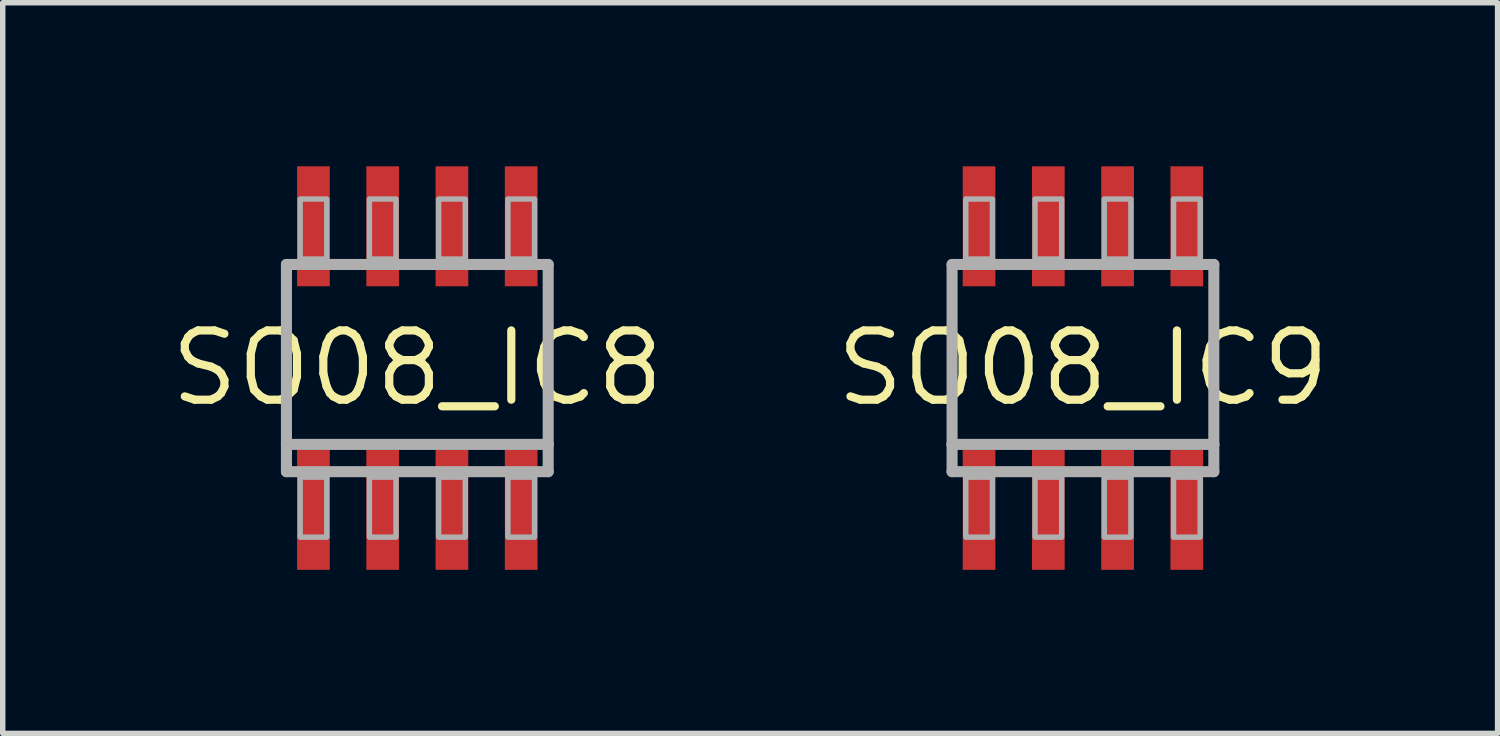
<source format=kicad_pcb>
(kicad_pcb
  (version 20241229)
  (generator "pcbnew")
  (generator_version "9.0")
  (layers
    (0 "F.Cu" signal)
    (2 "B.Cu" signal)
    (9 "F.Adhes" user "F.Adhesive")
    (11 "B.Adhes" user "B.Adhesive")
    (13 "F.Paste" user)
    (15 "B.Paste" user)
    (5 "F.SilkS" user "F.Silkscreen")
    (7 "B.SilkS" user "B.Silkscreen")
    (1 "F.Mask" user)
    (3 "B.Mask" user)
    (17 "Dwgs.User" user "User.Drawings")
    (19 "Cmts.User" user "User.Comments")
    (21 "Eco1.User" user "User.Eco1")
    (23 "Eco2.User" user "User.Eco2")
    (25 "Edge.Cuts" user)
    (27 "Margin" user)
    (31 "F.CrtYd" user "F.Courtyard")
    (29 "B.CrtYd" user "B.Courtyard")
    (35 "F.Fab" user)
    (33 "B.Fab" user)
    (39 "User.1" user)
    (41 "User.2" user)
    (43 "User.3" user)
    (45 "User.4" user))
  (footprint "SO08_IC8"
    (layer "F.Cu")
    (at 4.603 3.7)
    (property "Reference" "SO08_IC8" (at 0 0 0) (layer "F.SilkS") (effects (font (size 1.27 1.27) (thickness 0.15))))
    (fp_poly (pts (xy -2.205 -3.7) (xy -1.605 -3.7) (xy -1.605 -1.5) (xy -2.205 -1.5)) (stroke (width 0) (type default)) (fill yes) (layer "F.Mask"))
    (fp_poly (pts (xy -2.205 1.5) (xy -1.605 1.5) (xy -1.605 3.7) (xy -2.205 3.7)) (stroke (width 0) (type default)) (fill yes) (layer "F.Mask"))
    (fp_poly (pts (xy -0.935 -3.7) (xy -0.335 -3.7) (xy -0.335 -1.5) (xy -0.935 -1.5)) (stroke (width 0) (type default)) (fill yes) (layer "F.Mask"))
    (fp_poly (pts (xy -0.935 1.5) (xy -0.335 1.5) (xy -0.335 3.7) (xy -0.935 3.7)) (stroke (width 0) (type default)) (fill yes) (layer "F.Mask"))
    (fp_poly (pts (xy 0.335 -3.7) (xy 0.935 -3.7) (xy 0.935 -1.5) (xy 0.335 -1.5)) (stroke (width 0) (type default)) (fill yes) (layer "F.Mask"))
    (fp_poly (pts (xy 0.335 1.5) (xy 0.935 1.5) (xy 0.935 3.7) (xy 0.335 3.7)) (stroke (width 0) (type default)) (fill yes) (layer "F.Mask"))
    (fp_poly (pts (xy 1.605 -3.7) (xy 2.205 -3.7) (xy 2.205 -1.5) (xy 1.605 -1.5)) (stroke (width 0) (type default)) (fill yes) (layer "F.Mask"))
    (fp_poly (pts (xy 1.605 1.5) (xy 2.205 1.5) (xy 2.205 3.7) (xy 1.605 3.7)) (stroke (width 0) (type default)) (fill yes) (layer "F.Mask"))
    (fp_poly (pts (xy -2.205 -3.7) (xy -1.605 -3.7) (xy -1.605 -1.5) (xy -2.205 -1.5)) (stroke (width 0) (type default)) (fill yes) (layer "F.Paste"))
    (fp_poly (pts (xy -2.205 1.5) (xy -1.605 1.5) (xy -1.605 3.7) (xy -2.205 3.7)) (stroke (width 0) (type default)) (fill yes) (layer "F.Paste"))
    (fp_poly (pts (xy -0.935 -3.7) (xy -0.335 -3.7) (xy -0.335 -1.5) (xy -0.935 -1.5)) (stroke (width 0) (type default)) (fill yes) (layer "F.Paste"))
    (fp_poly (pts (xy -0.935 1.5) (xy -0.335 1.5) (xy -0.335 3.7) (xy -0.935 3.7)) (stroke (width 0) (type default)) (fill yes) (layer "F.Paste"))
    (fp_poly (pts (xy 0.335 -3.7) (xy 0.935 -3.7) (xy 0.935 -1.5) (xy 0.335 -1.5)) (stroke (width 0) (type default)) (fill yes) (layer "F.Paste"))
    (fp_poly (pts (xy 0.335 1.5) (xy 0.935 1.5) (xy 0.935 3.7) (xy 0.335 3.7)) (stroke (width 0) (type default)) (fill yes) (layer "F.Paste"))
    (fp_poly (pts (xy 1.605 -3.7) (xy 2.205 -3.7) (xy 2.205 -1.5) (xy 1.605 -1.5)) (stroke (width 0) (type default)) (fill yes) (layer "F.Paste"))
    (fp_poly (pts (xy 1.605 1.5) (xy 2.205 1.5) (xy 2.205 3.7) (xy 1.605 3.7)) (stroke (width 0) (type default)) (fill yes) (layer "F.Paste"))
    (fp_line (start -2.4 -1.9) (end 2.4 -1.9) (stroke (width 0.203) (type solid)) (layer "F.Fab"))
    (fp_line (start -2.4 1.4) (end -2.4 -1.9) (stroke (width 0.203) (type solid)) (layer "F.Fab"))
    (fp_line (start -2.4 1.9) (end -2.4 1.4) (stroke (width 0.203) (type solid)) (layer "F.Fab"))
    (fp_line (start 2.4 -1.9) (end 2.4 1.4) (stroke (width 0.203) (type solid)) (layer "F.Fab"))
    (fp_line (start 2.4 1.4) (end -2.4 1.4) (stroke (width 0.203) (type solid)) (layer "F.Fab"))
    (fp_line (start 2.4 1.4) (end 2.4 1.9) (stroke (width 0.203) (type solid)) (layer "F.Fab"))
    (fp_line (start 2.4 1.9) (end -2.4 1.9) (stroke (width 0.203) (type solid)) (layer "F.Fab"))
    (fp_poly (pts (xy -1.66 -3.1) (xy -2.149 -3.1) (xy -2.149 -1.999) (xy -1.66 -1.999)) (stroke (width 0.1) (type default)) (fill no) (layer "F.Fab"))
    (fp_poly (pts (xy -1.66 2) (xy -2.149 2) (xy -2.149 3.101) (xy -1.66 3.101)) (stroke (width 0.1) (type default)) (fill no) (layer "F.Fab"))
    (fp_poly (pts (xy -0.39 -3.1) (xy -0.879 -3.1) (xy -0.879 -1.999) (xy -0.39 -1.999)) (stroke (width 0.1) (type default)) (fill no) (layer "F.Fab"))
    (fp_poly (pts (xy -0.39 2) (xy -0.879 2) (xy -0.879 3.101) (xy -0.39 3.101)) (stroke (width 0.1) (type default)) (fill no) (layer "F.Fab"))
    (fp_poly (pts (xy 0.88 -3.1) (xy 0.391 -3.1) (xy 0.391 -1.999) (xy 0.88 -1.999)) (stroke (width 0.1) (type default)) (fill no) (layer "F.Fab"))
    (fp_poly (pts (xy 0.88 2) (xy 0.391 2) (xy 0.391 3.101) (xy 0.88 3.101)) (stroke (width 0.1) (type default)) (fill no) (layer "F.Fab"))
    (fp_poly (pts (xy 2.15 -3.1) (xy 1.661 -3.1) (xy 1.661 -1.999) (xy 2.15 -1.999)) (stroke (width 0.1) (type default)) (fill no) (layer "F.Fab"))
    (fp_poly (pts (xy 2.15 2) (xy 1.661 2) (xy 1.661 3.101) (xy 2.15 3.101)) (stroke (width 0.1) (type default)) (fill no) (layer "F.Fab"))
    (pad "1" smd rect (at -1.905 2.6) (size 0.6 2.2) (layers "F.Cu"))
    (pad "2" smd rect (at -0.635 2.6) (size 0.6 2.2) (layers "F.Cu"))
    (pad "3" smd rect (at 0.635 2.6) (size 0.6 2.2) (layers "F.Cu"))
    (pad "4" smd rect (at 1.905 2.6) (size 0.6 2.2) (layers "F.Cu"))
    (pad "5" smd rect (at 1.905 -2.6) (size 0.6 2.2) (layers "F.Cu"))
    (pad "6" smd rect (at 0.635 -2.6) (size 0.6 2.2) (layers "F.Cu"))
    (pad "7" smd rect (at -0.635 -2.6) (size 0.6 2.2) (layers "F.Cu"))
    (pad "8" smd rect (at -1.905 -2.6) (size 0.6 2.2) (layers "F.Cu")))
  (footprint "SO08_IC9"
    (layer "F.Cu")
    (at 16.81 3.7)
    (property "Reference" "SO08_IC9" (at 0 0 0) (layer "F.SilkS") (effects (font (size 1.27 1.27) (thickness 0.15))))
    (fp_poly (pts (xy -2.205 -3.7) (xy -1.605 -3.7) (xy -1.605 -1.5) (xy -2.205 -1.5)) (stroke (width 0) (type default)) (fill yes) (layer "F.Mask"))
    (fp_poly (pts (xy -2.205 1.5) (xy -1.605 1.5) (xy -1.605 3.7) (xy -2.205 3.7)) (stroke (width 0) (type default)) (fill yes) (layer "F.Mask"))
    (fp_poly (pts (xy -0.935 -3.7) (xy -0.335 -3.7) (xy -0.335 -1.5) (xy -0.935 -1.5)) (stroke (width 0) (type default)) (fill yes) (layer "F.Mask"))
    (fp_poly (pts (xy -0.935 1.5) (xy -0.335 1.5) (xy -0.335 3.7) (xy -0.935 3.7)) (stroke (width 0) (type default)) (fill yes) (layer "F.Mask"))
    (fp_poly (pts (xy 0.335 -3.7) (xy 0.935 -3.7) (xy 0.935 -1.5) (xy 0.335 -1.5)) (stroke (width 0) (type default)) (fill yes) (layer "F.Mask"))
    (fp_poly (pts (xy 0.335 1.5) (xy 0.935 1.5) (xy 0.935 3.7) (xy 0.335 3.7)) (stroke (width 0) (type default)) (fill yes) (layer "F.Mask"))
    (fp_poly (pts (xy 1.605 -3.7) (xy 2.205 -3.7) (xy 2.205 -1.5) (xy 1.605 -1.5)) (stroke (width 0) (type default)) (fill yes) (layer "F.Mask"))
    (fp_poly (pts (xy 1.605 1.5) (xy 2.205 1.5) (xy 2.205 3.7) (xy 1.605 3.7)) (stroke (width 0) (type default)) (fill yes) (layer "F.Mask"))
    (fp_poly (pts (xy -2.205 -3.7) (xy -1.605 -3.7) (xy -1.605 -1.5) (xy -2.205 -1.5)) (stroke (width 0) (type default)) (fill yes) (layer "F.Paste"))
    (fp_poly (pts (xy -2.205 1.5) (xy -1.605 1.5) (xy -1.605 3.7) (xy -2.205 3.7)) (stroke (width 0) (type default)) (fill yes) (layer "F.Paste"))
    (fp_poly (pts (xy -0.935 -3.7) (xy -0.335 -3.7) (xy -0.335 -1.5) (xy -0.935 -1.5)) (stroke (width 0) (type default)) (fill yes) (layer "F.Paste"))
    (fp_poly (pts (xy -0.935 1.5) (xy -0.335 1.5) (xy -0.335 3.7) (xy -0.935 3.7)) (stroke (width 0) (type default)) (fill yes) (layer "F.Paste"))
    (fp_poly (pts (xy 0.335 -3.7) (xy 0.935 -3.7) (xy 0.935 -1.5) (xy 0.335 -1.5)) (stroke (width 0) (type default)) (fill yes) (layer "F.Paste"))
    (fp_poly (pts (xy 0.335 1.5) (xy 0.935 1.5) (xy 0.935 3.7) (xy 0.335 3.7)) (stroke (width 0) (type default)) (fill yes) (layer "F.Paste"))
    (fp_poly (pts (xy 1.605 -3.7) (xy 2.205 -3.7) (xy 2.205 -1.5) (xy 1.605 -1.5)) (stroke (width 0) (type default)) (fill yes) (layer "F.Paste"))
    (fp_poly (pts (xy 1.605 1.5) (xy 2.205 1.5) (xy 2.205 3.7) (xy 1.605 3.7)) (stroke (width 0) (type default)) (fill yes) (layer "F.Paste"))
    (fp_line (start -2.4 -1.9) (end 2.4 -1.9) (stroke (width 0.203) (type solid)) (layer "F.Fab"))
    (fp_line (start -2.4 1.4) (end -2.4 -1.9) (stroke (width 0.203) (type solid)) (layer "F.Fab"))
    (fp_line (start -2.4 1.9) (end -2.4 1.4) (stroke (width 0.203) (type solid)) (layer "F.Fab"))
    (fp_line (start 2.4 -1.9) (end 2.4 1.4) (stroke (width 0.203) (type solid)) (layer "F.Fab"))
    (fp_line (start 2.4 1.4) (end -2.4 1.4) (stroke (width 0.203) (type solid)) (layer "F.Fab"))
    (fp_line (start 2.4 1.4) (end 2.4 1.9) (stroke (width 0.203) (type solid)) (layer "F.Fab"))
    (fp_line (start 2.4 1.9) (end -2.4 1.9) (stroke (width 0.203) (type solid)) (layer "F.Fab"))
    (fp_poly (pts (xy -1.66 -3.1) (xy -2.149 -3.1) (xy -2.149 -1.999) (xy -1.66 -1.999)) (stroke (width 0.1) (type default)) (fill no) (layer "F.Fab"))
    (fp_poly (pts (xy -1.66 2) (xy -2.149 2) (xy -2.149 3.101) (xy -1.66 3.101)) (stroke (width 0.1) (type default)) (fill no) (layer "F.Fab"))
    (fp_poly (pts (xy -0.39 -3.1) (xy -0.879 -3.1) (xy -0.879 -1.999) (xy -0.39 -1.999)) (stroke (width 0.1) (type default)) (fill no) (layer "F.Fab"))
    (fp_poly (pts (xy -0.39 2) (xy -0.879 2) (xy -0.879 3.101) (xy -0.39 3.101)) (stroke (width 0.1) (type default)) (fill no) (layer "F.Fab"))
    (fp_poly (pts (xy 0.88 -3.1) (xy 0.391 -3.1) (xy 0.391 -1.999) (xy 0.88 -1.999)) (stroke (width 0.1) (type default)) (fill no) (layer "F.Fab"))
    (fp_poly (pts (xy 0.88 2) (xy 0.391 2) (xy 0.391 3.101) (xy 0.88 3.101)) (stroke (width 0.1) (type default)) (fill no) (layer "F.Fab"))
    (fp_poly (pts (xy 2.15 -3.1) (xy 1.661 -3.1) (xy 1.661 -1.999) (xy 2.15 -1.999)) (stroke (width 0.1) (type default)) (fill no) (layer "F.Fab"))
    (fp_poly (pts (xy 2.15 2) (xy 1.661 2) (xy 1.661 3.101) (xy 2.15 3.101)) (stroke (width 0.1) (type default)) (fill no) (layer "F.Fab"))
    (pad "1" smd rect (at -1.905 2.6) (size 0.6 2.2) (layers "F.Cu"))
    (pad "2" smd rect (at -0.635 2.6) (size 0.6 2.2) (layers "F.Cu"))
    (pad "3" smd rect (at 0.635 2.6) (size 0.6 2.2) (layers "F.Cu"))
    (pad "4" smd rect (at 1.905 2.6) (size 0.6 2.2) (layers "F.Cu"))
    (pad "5" smd rect (at 1.905 -2.6) (size 0.6 2.2) (layers "F.Cu"))
    (pad "6" smd rect (at 0.635 -2.6) (size 0.6 2.2) (layers "F.Cu"))
    (pad "7" smd rect (at -0.635 -2.6) (size 0.6 2.2) (layers "F.Cu"))
    (pad "8" smd rect (at -1.905 -2.6) (size 0.6 2.2) (layers "F.Cu")))
  (gr_rect
    (start -3 -3)
    (end 24.414 10.4)
    (stroke (width 0.1) (type default))
    (fill no)
    (layer "Edge.Cuts")))
</source>
